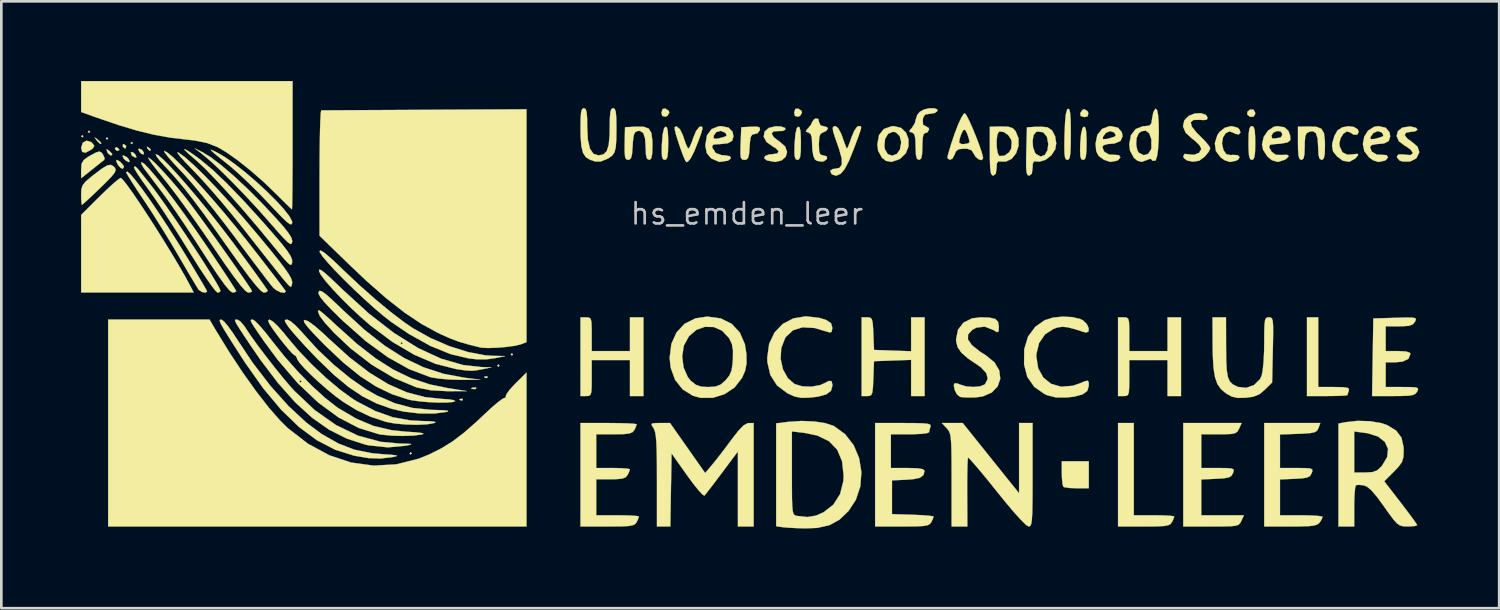
<source format=kicad_pcb>
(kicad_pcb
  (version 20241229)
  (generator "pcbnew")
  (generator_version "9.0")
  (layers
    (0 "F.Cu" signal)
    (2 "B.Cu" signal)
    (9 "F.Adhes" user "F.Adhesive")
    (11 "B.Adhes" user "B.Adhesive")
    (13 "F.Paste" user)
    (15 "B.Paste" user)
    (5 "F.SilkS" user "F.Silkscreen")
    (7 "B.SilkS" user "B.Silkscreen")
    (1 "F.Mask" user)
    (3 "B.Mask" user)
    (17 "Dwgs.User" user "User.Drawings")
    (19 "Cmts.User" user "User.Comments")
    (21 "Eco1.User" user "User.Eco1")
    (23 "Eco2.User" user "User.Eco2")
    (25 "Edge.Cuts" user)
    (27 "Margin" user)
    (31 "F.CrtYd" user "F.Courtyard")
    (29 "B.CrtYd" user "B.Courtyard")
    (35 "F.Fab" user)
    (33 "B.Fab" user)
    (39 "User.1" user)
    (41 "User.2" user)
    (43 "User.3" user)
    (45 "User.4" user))
  (footprint "hs_emden_leer"
    (layer "F.Cu")
    (at 25.066 7.794)
    (property "Reference" "hs_emden_leer" (at 0 -2.8 0) (layer "Dwgs.User") (effects (font (size 0.8 0.8) (thickness 0.1))))
    (attr through_hole)
    (fp_poly (pts (xy -24.977 -5.715) (xy -25.019 -5.673) (xy -25.061 -5.715) (xy -25.019 -5.757) (xy -24.977 -5.715)) (stroke (width 0.01) (type solid)) (fill yes) (layer "F.SilkS"))
    (fp_poly (pts (xy -24.723 -5.884) (xy -24.765 -5.842) (xy -24.807 -5.884) (xy -24.765 -5.927) (xy -24.723 -5.884)) (stroke (width 0.01) (type solid)) (fill yes) (layer "F.SilkS"))
    (fp_poly (pts (xy -24.045 -5.63) (xy -24.088 -5.588) (xy -24.13 -5.63) (xy -24.088 -5.673) (xy -24.045 -5.63)) (stroke (width 0.01) (type solid)) (fill yes) (layer "F.SilkS"))
    (fp_poly (pts (xy -23.114 -5.461) (xy -23.156 -5.419) (xy -23.199 -5.461) (xy -23.156 -5.503) (xy -23.114 -5.461)) (stroke (width 0.01) (type solid)) (fill yes) (layer "F.SilkS"))
    (fp_poly (pts (xy -12.615 6.223) (xy -12.658 6.265) (xy -12.7 6.223) (xy -12.658 6.181) (xy -12.615 6.223)) (stroke (width 0.01) (type solid)) (fill yes) (layer "F.SilkS"))
    (fp_poly (pts (xy -9.313 2.921) (xy -9.356 2.963) (xy -9.398 2.921) (xy -9.356 2.879) (xy -9.313 2.921)) (stroke (width 0.01) (type solid)) (fill yes) (layer "F.SilkS"))
    (fp_poly (pts (xy -8.805 2.498) (xy -8.848 2.54) (xy -8.89 2.498) (xy -8.848 2.455) (xy -8.805 2.498)) (stroke (width 0.01) (type solid)) (fill yes) (layer "F.SilkS"))
    (fp_poly (pts (xy -10.696 4.177) (xy -10.708 4.227) (xy -10.753 4.233) (xy -10.822 4.202) (xy -10.809 4.177) (xy -10.709 4.167) (xy -10.696 4.177)) (stroke (width 0.01) (type solid)) (fill yes) (layer "F.SilkS"))
    (fp_poly (pts (xy -10.183 3.759) (xy -10.208 3.797) (xy -10.294 3.803) (xy -10.384 3.783) (xy -10.345 3.752) (xy -10.213 3.742) (xy -10.183 3.759)) (stroke (width 0.01) (type solid)) (fill yes) (layer "F.SilkS"))
    (fp_poly (pts (xy -9.765 3.33) (xy -9.777 3.381) (xy -9.821 3.387) (xy -9.891 3.356) (xy -9.878 3.33) (xy -9.777 3.32) (xy -9.765 3.33)) (stroke (width 0.01) (type solid)) (fill yes) (layer "F.SilkS"))
    (fp_poly (pts (xy -23.031 -5.04) (xy -22.976 -4.933) (xy -23.014 -4.911) (xy -23.138 -4.973) (xy -23.16 -5.001) (xy -23.192 -5.111) (xy -23.126 -5.12) (xy -23.031 -5.04)) (stroke (width 0.01) (type solid)) (fill yes) (layer "F.SilkS"))
    (fp_poly (pts (xy -22.764 -5.196) (xy -22.699 -5.091) (xy -22.712 -5.03) (xy -22.789 -5.053) (xy -22.858 -5.12) (xy -22.913 -5.227) (xy -22.875 -5.249) (xy -22.764 -5.196)) (stroke (width 0.01) (type solid)) (fill yes) (layer "F.SilkS"))
    (fp_poly (pts (xy -22.534 -5.3) (xy -22.444 -5.221) (xy -22.437 -5.202) (xy -22.477 -5.167) (xy -22.561 -5.245) (xy -22.572 -5.262) (xy -22.582 -5.32) (xy -22.534 -5.3)) (stroke (width 0.01) (type solid)) (fill yes) (layer "F.SilkS"))
    (fp_poly (pts (xy -24.509 -5.646) (xy -24.448 -5.599) (xy -24.33 -5.494) (xy -24.299 -5.451) (xy -24.341 -5.425) (xy -24.453 -5.534) (xy -24.479 -5.567) (xy -24.553 -5.667) (xy -24.509 -5.646)) (stroke (width 0.01) (type solid)) (fill yes) (layer "F.SilkS"))
    (fp_poly (pts (xy -24.03 -5.187) (xy -24.005 -5.166) (xy -23.888 -5.047) (xy -23.915 -4.998) (xy -23.952 -4.995) (xy -24.043 -5.063) (xy -24.081 -5.134) (xy -24.102 -5.226) (xy -24.03 -5.187)) (stroke (width 0.01) (type solid)) (fill yes) (layer "F.SilkS"))
    (fp_poly (pts (xy -23.707 -5.292) (xy -23.626 -5.216) (xy -23.622 -5.202) (xy -23.688 -5.166) (xy -23.707 -5.165) (xy -23.788 -5.23) (xy -23.791 -5.254) (xy -23.739 -5.305) (xy -23.707 -5.292)) (stroke (width 0.01) (type solid)) (fill yes) (layer "F.SilkS"))
    (fp_poly (pts (xy -23.602 -4.765) (xy -23.485 -4.638) (xy -23.453 -4.555) (xy -23.495 -4.487) (xy -23.594 -4.54) (xy -23.687 -4.657) (xy -23.743 -4.785) (xy -23.724 -4.826) (xy -23.602 -4.765)) (stroke (width 0.01) (type solid)) (fill yes) (layer "F.SilkS"))
    (fp_poly (pts (xy -23.371 -5.357) (xy -23.368 -5.334) (xy -23.397 -5.252) (xy -23.405 -5.249) (xy -23.478 -5.309) (xy -23.495 -5.334) (xy -23.488 -5.412) (xy -23.458 -5.419) (xy -23.371 -5.357)) (stroke (width 0.01) (type solid)) (fill yes) (layer "F.SilkS"))
    (fp_poly (pts (xy -23.354 -4.937) (xy -23.283 -4.868) (xy -23.233 -4.766) (xy -23.263 -4.741) (xy -23.382 -4.8) (xy -23.453 -4.868) (xy -23.503 -4.971) (xy -23.473 -4.995) (xy -23.354 -4.937)) (stroke (width 0.01) (type solid)) (fill yes) (layer "F.SilkS"))
    (fp_poly (pts (xy -2.943 -6.674) (xy -2.921 -6.604) (xy -2.991 -6.484) (xy -3.069 -6.451) (xy -3.189 -6.48) (xy -3.217 -6.604) (xy -3.174 -6.743) (xy -3.069 -6.757) (xy -2.943 -6.674)) (stroke (width 0.01) (type solid)) (fill yes) (layer "F.SilkS"))
    (fp_poly (pts (xy 2.052 -6.674) (xy 2.074 -6.604) (xy 2.004 -6.484) (xy 1.926 -6.451) (xy 1.806 -6.48) (xy 1.778 -6.604) (xy 1.821 -6.743) (xy 1.926 -6.757) (xy 2.052 -6.674)) (stroke (width 0.01) (type solid)) (fill yes) (layer "F.SilkS"))
    (fp_poly (pts (xy 12.82 -6.661) (xy 12.853 -6.583) (xy 12.824 -6.463) (xy 12.7 -6.435) (xy 12.561 -6.478) (xy 12.547 -6.583) (xy 12.63 -6.709) (xy 12.7 -6.731) (xy 12.82 -6.661)) (stroke (width 0.01) (type solid)) (fill yes) (layer "F.SilkS"))
    (fp_poly (pts (xy 19.067 -6.72) (xy 19.129 -6.609) (xy 19.135 -6.557) (xy 19.074 -6.455) (xy 18.946 -6.444) (xy 18.832 -6.529) (xy 18.84 -6.638) (xy 18.941 -6.722) (xy 19.064 -6.722) (xy 19.067 -6.72)) (stroke (width 0.01) (type solid)) (fill yes) (layer "F.SilkS"))
    (fp_poly (pts (xy -24.68 -5.493) (xy -24.648 -5.465) (xy -24.567 -5.356) (xy -24.618 -5.264) (xy -24.684 -5.211) (xy -24.893 -5.096) (xy -25.021 -5.125) (xy -25.061 -5.283) (xy -25 -5.472) (xy -24.854 -5.55) (xy -24.68 -5.493)) (stroke (width 0.01) (type solid)) (fill yes) (layer "F.SilkS"))
    (fp_poly (pts (xy 12.869 7.535) (xy 12.418 7.535) (xy 12.154 7.526) (xy 11.965 7.5) (xy 11.91 7.479) (xy 11.878 7.369) (xy 11.858 7.147) (xy 11.853 6.971) (xy 11.853 6.519) (xy 12.869 6.519) (xy 12.869 7.535)) (stroke (width 0.01) (type solid)) (fill yes) (layer "F.SilkS"))
    (fp_poly (pts (xy -24.295 -5.099) (xy -24.244 -5.034) (xy -24.179 -4.893) (xy -24.193 -4.826) (xy -24.29 -4.75) (xy -24.475 -4.603) (xy -24.659 -4.456) (xy -25.061 -4.137) (xy -25.061 -4.466) (xy -25.045 -4.677) (xy -24.97 -4.816) (xy -24.795 -4.943) (xy -24.71 -4.992) (xy -24.495 -5.107) (xy -24.374 -5.141) (xy -24.295 -5.099)) (stroke (width 0.01) (type solid)) (fill yes) (layer "F.SilkS"))
    (fp_poly (pts (xy -3.012 -6.046) (xy -2.978 -5.899) (xy -2.964 -5.612) (xy -2.963 -5.468) (xy -2.97 -5.133) (xy -2.992 -4.935) (xy -3.038 -4.844) (xy -3.094 -4.826) (xy -3.162 -4.854) (xy -3.198 -4.96) (xy -3.207 -5.176) (xy -3.2 -5.433) (xy -3.17 -5.798) (xy -3.118 -6.016) (xy -3.069 -6.075) (xy -3.012 -6.046)) (stroke (width 0.01) (type solid)) (fill yes) (layer "F.SilkS"))
    (fp_poly (pts (xy 1.983 -6.046) (xy 2.017 -5.899) (xy 2.031 -5.612) (xy 2.032 -5.468) (xy 2.026 -5.133) (xy 2.003 -4.935) (xy 1.957 -4.844) (xy 1.901 -4.826) (xy 1.833 -4.854) (xy 1.797 -4.96) (xy 1.788 -5.176) (xy 1.795 -5.433) (xy 1.825 -5.798) (xy 1.877 -6.016) (xy 1.926 -6.075) (xy 1.983 -6.046)) (stroke (width 0.01) (type solid)) (fill yes) (layer "F.SilkS"))
    (fp_poly (pts (xy 12.736 -6.046) (xy 12.77 -5.899) (xy 12.784 -5.612) (xy 12.785 -5.468) (xy 12.778 -5.133) (xy 12.756 -4.935) (xy 12.71 -4.844) (xy 12.654 -4.826) (xy 12.586 -4.854) (xy 12.55 -4.96) (xy 12.541 -5.176) (xy 12.548 -5.433) (xy 12.578 -5.798) (xy 12.63 -6.016) (xy 12.679 -6.075) (xy 12.736 -6.046)) (stroke (width 0.01) (type solid)) (fill yes) (layer "F.SilkS"))
    (fp_poly (pts (xy 21.505 3.725) (xy 22.107 3.725) (xy 22.421 3.73) (xy 22.596 3.751) (xy 22.664 3.793) (xy 22.657 3.859) (xy 22.613 3.994) (xy 22.606 4.029) (xy 22.528 4.044) (xy 22.318 4.056) (xy 22.014 4.063) (xy 21.844 4.064) (xy 21.082 4.064) (xy 21.082 1.101) (xy 21.505 1.101) (xy 21.505 3.725)) (stroke (width 0.01) (type solid)) (fill yes) (layer "F.SilkS"))
    (fp_poly (pts (xy 19.075 -6.063) (xy 19.114 -5.943) (xy 19.132 -5.705) (xy 19.135 -5.461) (xy 19.128 -5.126) (xy 19.104 -4.929) (xy 19.056 -4.841) (xy 19.008 -4.826) (xy 18.941 -4.859) (xy 18.901 -4.979) (xy 18.884 -5.217) (xy 18.881 -5.461) (xy 18.887 -5.796) (xy 18.911 -5.993) (xy 18.959 -6.081) (xy 19.008 -6.096) (xy 19.075 -6.063)) (stroke (width 0.01) (type solid)) (fill yes) (layer "F.SilkS"))
    (fp_poly (pts (xy 14.563 8.551) (xy 15.325 8.551) (xy 15.66 8.556) (xy 15.92 8.569) (xy 16.067 8.589) (xy 16.087 8.599) (xy 16.051 8.704) (xy 15.999 8.811) (xy 15.945 8.882) (xy 15.854 8.929) (xy 15.695 8.957) (xy 15.435 8.971) (xy 15.044 8.975) (xy 14.941 8.975) (xy 13.97 8.975) (xy 13.97 5.08) (xy 14.563 5.08) (xy 14.563 8.551)) (stroke (width 0.01) (type solid)) (fill yes) (layer "F.SilkS"))
    (fp_poly (pts (xy -23.492 -4.079) (xy -23.339 -3.886) (xy -23.126 -3.59) (xy -22.869 -3.213) (xy -22.58 -2.775) (xy -22.273 -2.299) (xy -21.963 -1.805) (xy -21.662 -1.316) (xy -21.385 -0.852) (xy -21.145 -0.435) (xy -20.96 -0.093) (xy -20.824 0.169) (xy -25.061 0.169) (xy -25.061 -2.755) (xy -24.361 -3.452) (xy -24.078 -3.726) (xy -23.834 -3.95) (xy -23.656 -4.098) (xy -23.572 -4.149) (xy -23.492 -4.079)) (stroke (width 0.01) (type solid)) (fill yes) (layer "F.SilkS"))
    (fp_poly (pts (xy 12.134 -6.727) (xy 12.166 -6.599) (xy 12.184 -6.349) (xy 12.192 -5.956) (xy 12.192 -5.807) (xy 12.189 -5.379) (xy 12.177 -5.093) (xy 12.153 -4.924) (xy 12.113 -4.844) (xy 12.062 -4.826) (xy 12.005 -4.849) (xy 11.97 -4.935) (xy 11.952 -5.113) (xy 11.949 -5.409) (xy 11.956 -5.772) (xy 11.976 -6.238) (xy 12.006 -6.548) (xy 12.051 -6.715) (xy 12.086 -6.752) (xy 12.134 -6.727)) (stroke (width 0.01) (type solid)) (fill yes) (layer "F.SilkS"))
    (fp_poly (pts (xy 0.483 -6.04) (xy 0.492 -5.95) (xy 0.492 -5.947) (xy 0.396 -5.826) (xy 0.295 -5.8) (xy 0.198 -5.777) (xy 0.142 -5.685) (xy 0.112 -5.483) (xy 0.102 -5.313) (xy 0.079 -5.035) (xy 0.04 -4.888) (xy -0.033 -4.832) (xy -0.093 -4.826) (xy -0.179 -4.84) (xy -0.227 -4.906) (xy -0.245 -5.059) (xy -0.241 -5.335) (xy -0.237 -5.44) (xy -0.212 -6.054) (xy 0.154 -6.074) (xy 0.383 -6.077) (xy 0.483 -6.04)) (stroke (width 0.01) (type solid)) (fill yes) (layer "F.SilkS"))
    (fp_poly (pts (xy -23.846 -4.588) (xy -23.791 -4.529) (xy -23.761 -4.455) (xy -23.795 -4.355) (xy -23.911 -4.204) (xy -24.126 -3.981) (xy -24.345 -3.767) (xy -24.615 -3.51) (xy -24.837 -3.302) (xy -24.985 -3.169) (xy -25.033 -3.133) (xy -25.05 -3.208) (xy -25.06 -3.4) (xy -25.061 -3.512) (xy -25.053 -3.716) (xy -25.008 -3.865) (xy -24.898 -4.005) (xy -24.692 -4.181) (xy -24.575 -4.274) (xy -24.282 -4.495) (xy -24.085 -4.614) (xy -23.95 -4.641) (xy -23.846 -4.588)) (stroke (width 0.01) (type solid)) (fill yes) (layer "F.SilkS"))
    (fp_poly (pts (xy -5.946 1.109) (xy -5.883 1.156) (xy -5.852 1.279) (xy -5.843 1.513) (xy -5.842 1.736) (xy -5.842 2.371) (xy -4.403 2.371) (xy -4.403 1.101) (xy -3.895 1.101) (xy -3.895 4.064) (xy -4.403 4.064) (xy -4.403 2.709) (xy -5.842 2.709) (xy -5.842 3.387) (xy -5.844 3.723) (xy -5.858 3.924) (xy -5.895 4.025) (xy -5.964 4.06) (xy -6.054 4.064) (xy -6.265 4.064) (xy -6.265 1.101) (xy -6.054 1.101) (xy -5.946 1.109)) (stroke (width 0.01) (type solid)) (fill yes) (layer "F.SilkS"))
    (fp_poly (pts (xy 14.289 1.109) (xy 14.352 1.156) (xy 14.383 1.279) (xy 14.393 1.513) (xy 14.393 1.736) (xy 14.393 2.371) (xy 15.833 2.371) (xy 15.833 1.101) (xy 16.341 1.101) (xy 16.341 4.064) (xy 15.833 4.064) (xy 15.833 2.709) (xy 14.393 2.709) (xy 14.393 3.387) (xy 14.391 3.723) (xy 14.377 3.924) (xy 14.341 4.025) (xy 14.271 4.06) (xy 14.182 4.064) (xy 13.97 4.064) (xy 13.97 1.101) (xy 14.182 1.101) (xy 14.289 1.109)) (stroke (width 0.01) (type solid)) (fill yes) (layer "F.SilkS"))
    (fp_poly (pts (xy -16.055 0.87) (xy -15.89 1.006) (xy -15.656 1.215) (xy -15.445 1.412) (xy -14.683 2.097) (xy -13.976 2.647) (xy -13.3 3.076) (xy -12.63 3.397) (xy -11.941 3.625) (xy -11.262 3.766) (xy -10.541 3.878) (xy -11.261 3.882) (xy -11.896 3.848) (xy -12.417 3.744) (xy -12.446 3.735) (xy -13.278 3.388) (xy -14.115 2.891) (xy -14.931 2.26) (xy -15.546 1.678) (xy -15.876 1.318) (xy -16.075 1.057) (xy -16.145 0.889) (xy -16.126 0.83) (xy -16.055 0.87)) (stroke (width 0.01) (type solid)) (fill yes) (layer "F.SilkS"))
    (fp_poly (pts (xy 4.634 1.11) (xy 4.698 1.164) (xy 4.733 1.298) (xy 4.752 1.547) (xy 4.759 1.714) (xy 4.784 2.328) (xy 5.482 2.353) (xy 6.181 2.378) (xy 6.181 1.101) (xy 6.689 1.101) (xy 6.689 4.064) (xy 6.181 4.064) (xy 6.181 2.702) (xy 5.482 2.727) (xy 4.784 2.752) (xy 4.759 3.408) (xy 4.744 3.737) (xy 4.72 3.933) (xy 4.677 4.029) (xy 4.6 4.061) (xy 4.526 4.064) (xy 4.318 4.064) (xy 4.318 1.101) (xy 4.526 1.101) (xy 4.634 1.11)) (stroke (width 0.01) (type solid)) (fill yes) (layer "F.SilkS"))
    (fp_poly (pts (xy -20.517 -5.128) (xy -20.195 -4.933) (xy -19.788 -4.625) (xy -19.317 -4.222) (xy -18.803 -3.743) (xy -18.267 -3.205) (xy -18.049 -2.975) (xy -17.68 -2.576) (xy -17.417 -2.277) (xy -17.246 -2.057) (xy -17.15 -1.899) (xy -17.117 -1.781) (xy -17.118 -1.738) (xy -17.139 -1.669) (xy -17.188 -1.659) (xy -17.281 -1.723) (xy -17.434 -1.874) (xy -17.663 -2.126) (xy -17.984 -2.493) (xy -18.006 -2.519) (xy -18.442 -3.009) (xy -18.903 -3.505) (xy -19.363 -3.981) (xy -19.797 -4.411) (xy -20.178 -4.769) (xy -20.482 -5.028) (xy -20.532 -5.067) (xy -20.786 -5.258) (xy -20.517 -5.128)) (stroke (width 0.01) (type solid)) (fill yes) (layer "F.SilkS"))
    (fp_poly (pts (xy -20.103 -5.178) (xy -19.948 -5.103) (xy -19.926 -5.092) (xy -19.619 -4.911) (xy -19.26 -4.655) (xy -18.87 -4.347) (xy -18.471 -4.005) (xy -18.087 -3.651) (xy -17.738 -3.305) (xy -17.447 -2.989) (xy -17.235 -2.722) (xy -17.126 -2.526) (xy -17.116 -2.459) (xy -17.142 -2.401) (xy -17.205 -2.408) (xy -17.321 -2.492) (xy -17.506 -2.668) (xy -17.776 -2.949) (xy -18.003 -3.191) (xy -18.37 -3.574) (xy -18.762 -3.96) (xy -19.134 -4.31) (xy -19.444 -4.581) (xy -19.485 -4.614) (xy -19.83 -4.891) (xy -20.054 -5.075) (xy -20.167 -5.176) (xy -20.18 -5.207) (xy -20.103 -5.178)) (stroke (width 0.01) (type solid)) (fill yes) (layer "F.SilkS"))
    (fp_poly (pts (xy 18.459 -6.042) (xy 18.536 -5.977) (xy 18.579 -5.85) (xy 18.508 -5.782) (xy 18.374 -5.81) (xy 18.337 -5.836) (xy 18.169 -5.9) (xy 18.022 -5.831) (xy 17.92 -5.667) (xy 17.883 -5.444) (xy 17.937 -5.201) (xy 17.941 -5.191) (xy 18.047 -5.039) (xy 18.209 -5.005) (xy 18.29 -5.014) (xy 18.475 -5.003) (xy 18.548 -4.929) (xy 18.488 -4.834) (xy 18.408 -4.793) (xy 18.188 -4.746) (xy 17.986 -4.811) (xy 17.834 -4.917) (xy 17.655 -5.154) (xy 17.613 -5.45) (xy 17.709 -5.758) (xy 17.786 -5.873) (xy 17.994 -6.038) (xy 18.239 -6.098) (xy 18.459 -6.042)) (stroke (width 0.01) (type solid)) (fill yes) (layer "F.SilkS"))
    (fp_poly (pts (xy -21.058 -5.176) (xy -20.826 -5.019) (xy -20.564 -4.827) (xy -20.123 -4.46) (xy -19.591 -3.955) (xy -18.971 -3.314) (xy -18.266 -2.539) (xy -17.838 -2.051) (xy -17.52 -1.679) (xy -17.306 -1.405) (xy -17.178 -1.207) (xy -17.122 -1.061) (xy -17.118 -0.97) (xy -17.138 -0.89) (xy -17.184 -0.874) (xy -17.272 -0.938) (xy -17.421 -1.096) (xy -17.646 -1.364) (xy -17.822 -1.578) (xy -18.41 -2.289) (xy -18.974 -2.95) (xy -19.499 -3.546) (xy -19.971 -4.059) (xy -20.373 -4.475) (xy -20.692 -4.775) (xy -20.749 -4.824) (xy -21.021 -5.059) (xy -21.16 -5.195) (xy -21.17 -5.235) (xy -21.058 -5.176)) (stroke (width 0.01) (type solid)) (fill yes) (layer "F.SilkS"))
    (fp_poly (pts (xy -17.103 -5.376) (xy -17.103 -4.757) (xy -17.106 -4.196) (xy -17.109 -3.716) (xy -17.114 -3.336) (xy -17.119 -3.08) (xy -17.125 -2.967) (xy -17.126 -2.963) (xy -17.192 -3.02) (xy -17.348 -3.17) (xy -17.567 -3.389) (xy -17.698 -3.52) (xy -18.173 -3.978) (xy -18.673 -4.416) (xy -19.162 -4.806) (xy -19.606 -5.119) (xy -19.922 -5.305) (xy -20.31 -5.457) (xy -20.781 -5.555) (xy -21.078 -5.589) (xy -21.699 -5.662) (xy -22.308 -5.77) (xy -22.945 -5.925) (xy -23.648 -6.135) (xy -24.458 -6.411) (xy -24.575 -6.452) (xy -25.061 -6.627) (xy -25.061 -7.789) (xy -17.103 -7.789) (xy -17.103 -5.376)) (stroke (width 0.01) (type solid)) (fill yes) (layer "F.SilkS"))
    (fp_poly (pts (xy -15.995 0.128) (xy -15.848 0.234) (xy -15.623 0.432) (xy -15.302 0.737) (xy -15.209 0.827) (xy -14.4 1.568) (xy -13.638 2.167) (xy -12.903 2.634) (xy -12.172 2.983) (xy -11.424 3.226) (xy -10.638 3.373) (xy -10.626 3.375) (xy -10.033 3.45) (xy -10.795 3.453) (xy -11.193 3.442) (xy -11.576 3.409) (xy -11.876 3.362) (xy -11.938 3.346) (xy -12.716 3.05) (xy -13.515 2.604) (xy -14.342 2.001) (xy -15.204 1.239) (xy -15.298 1.149) (xy -15.663 0.787) (xy -15.914 0.52) (xy -16.064 0.331) (xy -16.126 0.204) (xy -16.123 0.143) (xy -16.081 0.102) (xy -15.995 0.128)) (stroke (width 0.01) (type solid)) (fill yes) (layer "F.SilkS"))
    (fp_poly (pts (xy 22.85 -6.065) (xy 22.996 -5.972) (xy 23.029 -5.875) (xy 22.971 -5.773) (xy 22.836 -5.776) (xy 22.702 -5.863) (xy 22.578 -5.896) (xy 22.448 -5.807) (xy 22.345 -5.642) (xy 22.3 -5.442) (xy 22.311 -5.34) (xy 22.417 -5.11) (xy 22.599 -5.021) (xy 22.797 -5.033) (xy 22.981 -5.055) (xy 23.013 -5.011) (xy 22.906 -4.884) (xy 22.896 -4.874) (xy 22.676 -4.753) (xy 22.431 -4.795) (xy 22.211 -4.959) (xy 22.062 -5.149) (xy 22.027 -5.35) (xy 22.042 -5.478) (xy 22.116 -5.73) (xy 22.228 -5.929) (xy 22.235 -5.937) (xy 22.414 -6.052) (xy 22.638 -6.093) (xy 22.85 -6.065)) (stroke (width 0.01) (type solid)) (fill yes) (layer "F.SilkS"))
    (fp_poly (pts (xy -3.885 -6.073) (xy -3.696 -6.004) (xy -3.596 -5.838) (xy -3.559 -5.547) (xy -3.556 -5.366) (xy -3.565 -5.061) (xy -3.596 -4.892) (xy -3.657 -4.829) (xy -3.683 -4.826) (xy -3.761 -4.87) (xy -3.801 -5.022) (xy -3.811 -5.271) (xy -3.833 -5.627) (xy -3.901 -5.837) (xy -4.024 -5.917) (xy -4.116 -5.913) (xy -4.207 -5.868) (xy -4.261 -5.749) (xy -4.291 -5.519) (xy -4.301 -5.354) (xy -4.323 -5.057) (xy -4.362 -4.895) (xy -4.429 -4.831) (xy -4.47 -4.826) (xy -4.545 -4.848) (xy -4.587 -4.939) (xy -4.603 -5.131) (xy -4.602 -5.44) (xy -4.589 -6.054) (xy -4.188 -6.076) (xy -3.885 -6.073)) (stroke (width 0.01) (type solid)) (fill yes) (layer "F.SilkS"))
    (fp_poly (pts (xy -2.64 -6.08) (xy -2.522 -5.981) (xy -2.409 -5.747) (xy -2.377 -5.651) (xy -2.297 -5.42) (xy -2.228 -5.275) (xy -2.201 -5.249) (xy -2.147 -5.323) (xy -2.069 -5.51) (xy -2.022 -5.651) (xy -1.912 -5.916) (xy -1.793 -6.063) (xy -1.754 -6.08) (xy -1.688 -6.076) (xy -1.674 -6.007) (xy -1.716 -5.844) (xy -1.819 -5.557) (xy -1.829 -5.53) (xy -1.989 -5.132) (xy -2.118 -4.881) (xy -2.223 -4.759) (xy -2.278 -4.741) (xy -2.328 -4.816) (xy -2.413 -5.015) (xy -2.517 -5.302) (xy -2.558 -5.424) (xy -2.664 -5.756) (xy -2.715 -5.957) (xy -2.717 -6.056) (xy -2.671 -6.083) (xy -2.64 -6.08)) (stroke (width 0.01) (type solid)) (fill yes) (layer "F.SilkS"))
    (fp_poly (pts (xy 1.283 -6.082) (xy 1.435 -6.03) (xy 1.447 -5.962) (xy 1.338 -5.913) (xy 1.182 -5.911) (xy 0.988 -5.896) (xy 0.933 -5.809) (xy 1.013 -5.675) (xy 1.226 -5.515) (xy 1.228 -5.515) (xy 1.442 -5.326) (xy 1.512 -5.125) (xy 1.461 -4.941) (xy 1.307 -4.806) (xy 1.072 -4.748) (xy 0.776 -4.799) (xy 0.744 -4.811) (xy 0.647 -4.891) (xy 0.69 -4.974) (xy 0.844 -5.03) (xy 0.953 -5.038) (xy 1.15 -5.071) (xy 1.192 -5.157) (xy 1.076 -5.272) (xy 0.993 -5.317) (xy 0.738 -5.498) (xy 0.632 -5.698) (xy 0.663 -5.885) (xy 0.818 -6.027) (xy 1.085 -6.092) (xy 1.283 -6.082)) (stroke (width 0.01) (type solid)) (fill yes) (layer "F.SilkS"))
    (fp_poly (pts (xy 21.44 -6.07) (xy 21.625 -5.997) (xy 21.722 -5.832) (xy 21.757 -5.545) (xy 21.759 -5.366) (xy 21.751 -5.061) (xy 21.719 -4.892) (xy 21.658 -4.829) (xy 21.632 -4.826) (xy 21.554 -4.87) (xy 21.514 -5.022) (xy 21.504 -5.271) (xy 21.484 -5.624) (xy 21.42 -5.83) (xy 21.303 -5.905) (xy 21.177 -5.888) (xy 21.075 -5.834) (xy 21.021 -5.726) (xy 21 -5.519) (xy 20.997 -5.328) (xy 20.987 -5.035) (xy 20.952 -4.879) (xy 20.884 -4.827) (xy 20.87 -4.826) (xy 20.803 -4.86) (xy 20.763 -4.981) (xy 20.746 -5.221) (xy 20.743 -5.45) (xy 20.743 -6.075) (xy 21.14 -6.082) (xy 21.44 -6.07)) (stroke (width 0.01) (type solid)) (fill yes) (layer "F.SilkS"))
    (fp_poly (pts (xy 5.807 -6.028) (xy 5.989 -5.851) (xy 6.083 -5.606) (xy 6.082 -5.334) (xy 5.982 -5.077) (xy 5.777 -4.876) (xy 5.702 -4.835) (xy 5.436 -4.75) (xy 5.234 -4.789) (xy 5.08 -4.911) (xy 4.938 -5.172) (xy 4.918 -5.352) (xy 5.174 -5.352) (xy 5.196 -5.219) (xy 5.305 -5.039) (xy 5.474 -4.984) (xy 5.648 -5.053) (xy 5.762 -5.22) (xy 5.809 -5.49) (xy 5.752 -5.719) (xy 5.609 -5.861) (xy 5.498 -5.884) (xy 5.316 -5.81) (xy 5.201 -5.618) (xy 5.174 -5.352) (xy 4.918 -5.352) (xy 4.911 -5.419) (xy 4.973 -5.761) (xy 5.156 -5.989) (xy 5.447 -6.091) (xy 5.541 -6.096) (xy 5.807 -6.028)) (stroke (width 0.01) (type solid)) (fill yes) (layer "F.SilkS"))
    (fp_poly (pts (xy 18.527 5.292) (xy 18.467 5.398) (xy 18.38 5.461) (xy 18.227 5.492) (xy 17.967 5.503) (xy 17.766 5.503) (xy 17.103 5.503) (xy 17.103 6.773) (xy 17.735 6.773) (xy 18.056 6.776) (xy 18.239 6.79) (xy 18.317 6.826) (xy 18.32 6.896) (xy 18.297 6.964) (xy 18.239 7.068) (xy 18.132 7.13) (xy 17.935 7.163) (xy 17.665 7.179) (xy 17.103 7.204) (xy 17.103 8.551) (xy 18.708 8.551) (xy 18.611 8.763) (xy 18.565 8.851) (xy 18.503 8.911) (xy 18.393 8.947) (xy 18.205 8.966) (xy 17.909 8.973) (xy 17.474 8.975) (xy 16.425 8.975) (xy 16.425 5.08) (xy 18.623 5.08) (xy 18.527 5.292)) (stroke (width 0.01) (type solid)) (fill yes) (layer "F.SilkS"))
    (fp_poly (pts (xy -16.515 1.247) (xy -16.281 1.416) (xy -15.957 1.698) (xy -15.755 1.889) (xy -14.959 2.61) (xy -14.214 3.182) (xy -13.504 3.617) (xy -12.813 3.921) (xy -12.125 4.103) (xy -11.503 4.17) (xy -11.226 4.189) (xy -11.038 4.219) (xy -10.978 4.254) (xy -10.978 4.255) (xy -11.083 4.291) (xy -11.314 4.309) (xy -11.626 4.31) (xy -11.978 4.294) (xy -12.325 4.264) (xy -12.626 4.221) (xy -12.742 4.196) (xy -13.358 3.995) (xy -13.956 3.708) (xy -14.558 3.317) (xy -15.188 2.809) (xy -15.87 2.167) (xy -15.956 2.08) (xy -16.3 1.726) (xy -16.528 1.473) (xy -16.652 1.31) (xy -16.679 1.222) (xy -16.649 1.2) (xy -16.515 1.247)) (stroke (width 0.01) (type solid)) (fill yes) (layer "F.SilkS"))
    (fp_poly (pts (xy 24.992 -6.081) (xy 25.191 -6.031) (xy 25.243 -5.958) (xy 25.146 -5.898) (xy 25.004 -5.884) (xy 24.807 -5.849) (xy 24.761 -5.756) (xy 24.865 -5.621) (xy 25.015 -5.517) (xy 25.245 -5.323) (xy 25.311 -5.116) (xy 25.211 -4.905) (xy 25.182 -4.874) (xy 24.966 -4.765) (xy 24.69 -4.763) (xy 24.575 -4.797) (xy 24.476 -4.909) (xy 24.469 -4.955) (xy 24.52 -5.028) (xy 24.692 -5.032) (xy 24.765 -5.021) (xy 24.972 -5.006) (xy 25.055 -5.056) (xy 25.061 -5.096) (xy 24.991 -5.208) (xy 24.818 -5.332) (xy 24.765 -5.359) (xy 24.539 -5.53) (xy 24.456 -5.726) (xy 24.506 -5.91) (xy 24.675 -6.042) (xy 24.952 -6.084) (xy 24.992 -6.081)) (stroke (width 0.01) (type solid)) (fill yes) (layer "F.SilkS"))
    (fp_poly (pts (xy -23.205 -4.28) (xy -23.017 -4.059) (xy -22.771 -3.736) (xy -22.478 -3.326) (xy -22.148 -2.842) (xy -21.791 -2.298) (xy -21.417 -1.71) (xy -21.132 -1.249) (xy -20.875 -0.824) (xy -20.652 -0.451) (xy -20.475 -0.152) (xy -20.36 0.048) (xy -20.32 0.127) (xy -20.381 0.171) (xy -20.509 0.148) (xy -20.628 0.073) (xy -20.636 0.064) (xy -20.705 -0.044) (xy -20.842 -0.27) (xy -21.03 -0.587) (xy -21.251 -0.966) (xy -21.378 -1.185) (xy -21.678 -1.693) (xy -22.021 -2.252) (xy -22.366 -2.8) (xy -22.674 -3.27) (xy -22.703 -3.312) (xy -22.943 -3.672) (xy -23.144 -3.981) (xy -23.29 -4.215) (xy -23.363 -4.344) (xy -23.368 -4.36) (xy -23.326 -4.385) (xy -23.205 -4.28)) (stroke (width 0.01) (type solid)) (fill yes) (layer "F.SilkS"))
    (fp_poly (pts (xy -22.169 -5.008) (xy -21.995 -4.861) (xy -21.745 -4.612) (xy -21.434 -4.275) (xy -21.076 -3.868) (xy -20.685 -3.406) (xy -20.274 -2.905) (xy -19.858 -2.38) (xy -19.449 -1.848) (xy -19.365 -1.736) (xy -19.009 -1.257) (xy -18.689 -0.822) (xy -18.419 -0.45) (xy -18.211 -0.159) (xy -18.079 0.033) (xy -18.036 0.106) (xy -18.105 0.159) (xy -18.189 0.169) (xy -18.291 0.105) (xy -18.473 -0.091) (xy -18.736 -0.421) (xy -19.083 -0.888) (xy -19.51 -1.487) (xy -20.02 -2.207) (xy -20.453 -2.806) (xy -20.826 -3.304) (xy -21.153 -3.723) (xy -21.452 -4.082) (xy -21.738 -4.403) (xy -21.915 -4.591) (xy -22.104 -4.801) (xy -22.226 -4.961) (xy -22.254 -5.037) (xy -22.169 -5.008)) (stroke (width 0.01) (type solid)) (fill yes) (layer "F.SilkS"))
    (fp_poly (pts (xy -15.933 -1.351) (xy -15.726 -1.181) (xy -15.419 -0.899) (xy -15.177 -0.665) (xy -14.588 -0.11) (xy -13.992 0.417) (xy -13.422 0.889) (xy -12.909 1.281) (xy -12.574 1.51) (xy -11.909 1.881) (xy -11.203 2.186) (xy -10.501 2.408) (xy -9.849 2.531) (xy -9.569 2.55) (xy -9.102 2.559) (xy -9.44 2.63) (xy -9.801 2.683) (xy -10.159 2.682) (xy -10.456 2.65) (xy -11.155 2.487) (xy -11.914 2.178) (xy -12.722 1.728) (xy -13.377 1.284) (xy -13.678 1.05) (xy -14.028 0.752) (xy -14.406 0.412) (xy -14.791 0.05) (xy -15.161 -0.312) (xy -15.497 -0.654) (xy -15.775 -0.956) (xy -15.976 -1.195) (xy -16.078 -1.352) (xy -16.087 -1.385) (xy -16.05 -1.417) (xy -15.933 -1.351)) (stroke (width 0.01) (type solid)) (fill yes) (layer "F.SilkS"))
    (fp_poly (pts (xy -23.009 -4.565) (xy -22.943 -4.502) (xy -22.828 -4.366) (xy -22.644 -4.136) (xy -22.42 -3.852) (xy -22.209 -3.573) (xy -21.949 -3.211) (xy -21.655 -2.788) (xy -21.34 -2.327) (xy -21.021 -1.849) (xy -20.71 -1.377) (xy -20.424 -0.934) (xy -20.177 -0.541) (xy -19.982 -0.22) (xy -19.856 0.006) (xy -19.812 0.113) (xy -19.88 0.164) (xy -19.93 0.169) (xy -20.006 0.1) (xy -20.156 -0.094) (xy -20.363 -0.391) (xy -20.614 -0.77) (xy -20.893 -1.212) (xy -21.009 -1.399) (xy -21.335 -1.922) (xy -21.675 -2.453) (xy -22.003 -2.954) (xy -22.295 -3.386) (xy -22.528 -3.715) (xy -22.545 -3.738) (xy -22.769 -4.048) (xy -22.943 -4.307) (xy -23.05 -4.487) (xy -23.073 -4.557) (xy -23.046 -4.576) (xy -23.009 -4.565)) (stroke (width 0.01) (type solid)) (fill yes) (layer "F.SilkS"))
    (fp_poly (pts (xy -22.681 -4.674) (xy -22.495 -4.482) (xy -22.24 -4.183) (xy -21.929 -3.793) (xy -21.576 -3.328) (xy -21.191 -2.805) (xy -20.79 -2.241) (xy -20.383 -1.651) (xy -20.315 -1.551) (xy -20.004 -1.087) (xy -19.727 -0.671) (xy -19.497 -0.323) (xy -19.329 -0.062) (xy -19.235 0.09) (xy -19.219 0.121) (xy -19.289 0.161) (xy -19.367 0.168) (xy -19.473 0.092) (xy -19.66 -0.132) (xy -19.927 -0.504) (xy -20.274 -1.026) (xy -20.482 -1.348) (xy -20.811 -1.856) (xy -21.149 -2.368) (xy -21.472 -2.846) (xy -21.756 -3.254) (xy -21.976 -3.557) (xy -21.985 -3.569) (xy -22.23 -3.892) (xy -22.455 -4.189) (xy -22.629 -4.418) (xy -22.697 -4.508) (xy -22.79 -4.661) (xy -22.796 -4.739) (xy -22.785 -4.741) (xy -22.681 -4.674)) (stroke (width 0.01) (type solid)) (fill yes) (layer "F.SilkS"))
    (fp_poly (pts (xy -20 1.575) (xy -19.489 2.408) (xy -18.972 3.189) (xy -18.467 3.897) (xy -17.989 4.51) (xy -17.554 5.005) (xy -17.285 5.27) (xy -16.524 5.859) (xy -15.723 6.293) (xy -14.895 6.568) (xy -14.051 6.683) (xy -13.202 6.635) (xy -12.36 6.424) (xy -11.966 6.265) (xy -11.504 6.034) (xy -11.075 5.768) (xy -10.642 5.438) (xy -10.163 5.017) (xy -9.898 4.766) (xy -9.611 4.5) (xy -9.365 4.291) (xy -9.187 4.16) (xy -9.102 4.128) (xy -9.101 4.128) (xy -9.068 4.134) (xy -9.084 4.099) (xy -9.054 3.999) (xy -8.927 3.822) (xy -8.728 3.606) (xy -8.717 3.595) (xy -8.297 3.181) (xy -8.297 8.975) (xy -24.045 8.975) (xy -24.045 1.185) (xy -20.231 1.185) (xy -20 1.575)) (stroke (width 0.01) (type solid)) (fill yes) (layer "F.SilkS"))
    (fp_poly (pts (xy 2.687 -6.367) (xy 2.709 -6.263) (xy 2.771 -6.123) (xy 2.879 -6.096) (xy 3.016 -6.057) (xy 3.048 -6.003) (xy 2.977 -5.91) (xy 2.879 -5.867) (xy 2.774 -5.809) (xy 2.723 -5.679) (xy 2.709 -5.43) (xy 2.709 -5.409) (xy 2.718 -5.159) (xy 2.757 -5.036) (xy 2.844 -4.997) (xy 2.886 -4.995) (xy 3.011 -4.953) (xy 3.015 -4.864) (xy 2.909 -4.78) (xy 2.829 -4.759) (xy 2.64 -4.788) (xy 2.56 -4.84) (xy 2.5 -4.98) (xy 2.462 -5.223) (xy 2.455 -5.387) (xy 2.443 -5.661) (xy 2.398 -5.805) (xy 2.313 -5.857) (xy 2.218 -5.889) (xy 2.247 -5.958) (xy 2.313 -6.026) (xy 2.425 -6.169) (xy 2.455 -6.25) (xy 2.523 -6.348) (xy 2.582 -6.381) (xy 2.687 -6.367)) (stroke (width 0.01) (type solid)) (fill yes) (layer "F.SilkS"))
    (fp_poly (pts (xy 21.514 5.271) (xy 21.464 5.366) (xy 21.374 5.425) (xy 21.208 5.459) (xy 20.926 5.479) (xy 20.755 5.486) (xy 20.066 5.51) (xy 20.066 6.773) (xy 20.698 6.773) (xy 21.019 6.776) (xy 21.203 6.79) (xy 21.28 6.826) (xy 21.283 6.896) (xy 21.26 6.964) (xy 21.202 7.068) (xy 21.096 7.13) (xy 20.898 7.163) (xy 20.628 7.179) (xy 20.066 7.204) (xy 20.066 8.551) (xy 20.87 8.551) (xy 21.216 8.558) (xy 21.486 8.574) (xy 21.645 8.598) (xy 21.672 8.615) (xy 21.624 8.727) (xy 21.557 8.826) (xy 21.485 8.891) (xy 21.364 8.935) (xy 21.165 8.96) (xy 20.856 8.972) (xy 20.459 8.975) (xy 19.473 8.975) (xy 19.473 5.08) (xy 21.585 5.08) (xy 21.514 5.271)) (stroke (width 0.01) (type solid)) (fill yes) (layer "F.SilkS"))
    (fp_poly (pts (xy 25.025 1.111) (xy 25.148 1.129) (xy 25.185 1.17) (xy 25.162 1.239) (xy 25.148 1.267) (xy 25.066 1.366) (xy 24.926 1.419) (xy 24.683 1.438) (xy 24.55 1.439) (xy 24.045 1.439) (xy 24.045 2.371) (xy 24.511 2.371) (xy 24.808 2.386) (xy 24.955 2.435) (xy 24.977 2.481) (xy 24.901 2.662) (xy 24.681 2.768) (xy 24.409 2.794) (xy 24.045 2.794) (xy 24.045 3.725) (xy 24.683 3.725) (xy 25.005 3.728) (xy 25.188 3.742) (xy 25.262 3.776) (xy 25.257 3.841) (xy 25.231 3.895) (xy 25.171 3.974) (xy 25.072 4.024) (xy 24.898 4.052) (xy 24.614 4.062) (xy 24.337 4.064) (xy 23.533 4.064) (xy 23.58 1.143) (xy 24.41 1.119) (xy 24.788 1.109) (xy 25.025 1.111)) (stroke (width 0.01) (type solid)) (fill yes) (layer "F.SilkS"))
    (fp_poly (pts (xy -21.399 -5.101) (xy -21.156 -4.926) (xy -20.825 -4.634) (xy -20.42 -4.239) (xy -19.957 -3.758) (xy -19.45 -3.206) (xy -18.916 -2.599) (xy -18.368 -1.952) (xy -18.343 -1.922) (xy -17.928 -1.419) (xy -17.614 -1.027) (xy -17.387 -0.729) (xy -17.237 -0.51) (xy -17.151 -0.351) (xy -17.118 -0.238) (xy -17.119 -0.191) (xy -17.138 -0.077) (xy -17.179 -0.049) (xy -17.267 -0.122) (xy -17.428 -0.309) (xy -17.491 -0.385) (xy -17.65 -0.582) (xy -17.891 -0.885) (xy -18.191 -1.264) (xy -18.528 -1.693) (xy -18.88 -2.142) (xy -18.926 -2.201) (xy -19.319 -2.692) (xy -19.742 -3.202) (xy -20.163 -3.69) (xy -20.546 -4.118) (xy -20.837 -4.424) (xy -21.122 -4.717) (xy -21.323 -4.94) (xy -21.429 -5.076) (xy -21.428 -5.115) (xy -21.399 -5.101)) (stroke (width 0.01) (type solid)) (fill yes) (layer "F.SilkS"))
    (fp_poly (pts (xy -17.177 1.249) (xy -16.985 1.414) (xy -16.759 1.65) (xy -16.679 1.742) (xy -16.147 2.324) (xy -15.555 2.883) (xy -14.941 3.388) (xy -14.346 3.804) (xy -13.928 4.044) (xy -13.246 4.338) (xy -12.588 4.512) (xy -11.882 4.584) (xy -11.773 4.587) (xy -11.433 4.598) (xy -11.26 4.617) (xy -11.248 4.644) (xy -11.303 4.661) (xy -11.775 4.723) (xy -12.334 4.718) (xy -12.912 4.651) (xy -13.38 4.543) (xy -13.941 4.343) (xy -14.471 4.075) (xy -14.999 3.721) (xy -15.551 3.263) (xy -16.154 2.681) (xy -16.3 2.53) (xy -16.609 2.204) (xy -16.891 1.895) (xy -17.116 1.638) (xy -17.255 1.466) (xy -17.259 1.46) (xy -17.375 1.285) (xy -17.394 1.206) (xy -17.322 1.187) (xy -17.299 1.187) (xy -17.177 1.249)) (stroke (width 0.01) (type solid)) (fill yes) (layer "F.SilkS"))
    (fp_poly (pts (xy 17.265 -6.528) (xy 17.338 -6.43) (xy 17.319 -6.344) (xy 17.193 -6.323) (xy 17.064 -6.333) (xy 16.813 -6.329) (xy 16.707 -6.242) (xy 16.747 -6.079) (xy 16.933 -5.844) (xy 17.051 -5.728) (xy 17.255 -5.523) (xy 17.396 -5.351) (xy 17.441 -5.261) (xy 17.386 -5.135) (xy 17.251 -4.967) (xy 17.234 -4.949) (xy 17.025 -4.794) (xy 16.794 -4.759) (xy 16.573 -4.8) (xy 16.448 -4.893) (xy 16.425 -4.965) (xy 16.477 -5.052) (xy 16.595 -5.038) (xy 16.827 -5.016) (xy 17.015 -5.087) (xy 17.102 -5.226) (xy 17.103 -5.244) (xy 17.036 -5.378) (xy 16.868 -5.544) (xy 16.764 -5.62) (xy 16.515 -5.848) (xy 16.414 -6.088) (xy 16.465 -6.315) (xy 16.632 -6.481) (xy 16.851 -6.57) (xy 17.082 -6.584) (xy 17.265 -6.528)) (stroke (width 0.01) (type solid)) (fill yes) (layer "F.SilkS"))
    (fp_poly (pts (xy -22.435 -4.848) (xy -22.251 -4.677) (xy -22.004 -4.42) (xy -21.715 -4.1) (xy -21.406 -3.74) (xy -21.152 -3.429) (xy -20.983 -3.211) (xy -20.755 -2.904) (xy -20.482 -2.532) (xy -20.182 -2.117) (xy -19.869 -1.681) (xy -19.56 -1.246) (xy -19.271 -0.835) (xy -19.017 -0.47) (xy -18.814 -0.174) (xy -18.679 0.032) (xy -18.627 0.124) (xy -18.627 0.125) (xy -18.697 0.162) (xy -18.779 0.169) (xy -18.878 0.104) (xy -19.054 -0.094) (xy -19.309 -0.428) (xy -19.646 -0.9) (xy -20.067 -1.515) (xy -20.092 -1.552) (xy -20.46 -2.091) (xy -20.843 -2.636) (xy -21.216 -3.155) (xy -21.555 -3.612) (xy -21.836 -3.976) (xy -21.93 -4.092) (xy -22.18 -4.4) (xy -22.376 -4.656) (xy -22.501 -4.833) (xy -22.537 -4.909) (xy -22.534 -4.911) (xy -22.435 -4.848)) (stroke (width 0.01) (type solid)) (fill yes) (layer "F.SilkS"))
    (fp_poly (pts (xy -21.813 -5.101) (xy -21.598 -4.921) (xy -21.308 -4.64) (xy -20.955 -4.274) (xy -20.556 -3.839) (xy -20.124 -3.351) (xy -19.673 -2.826) (xy -19.22 -2.279) (xy -18.777 -1.727) (xy -18.733 -1.67) (xy -18.365 -1.2) (xy -18.035 -0.774) (xy -17.755 -0.41) (xy -17.54 -0.127) (xy -17.402 0.059) (xy -17.357 0.128) (xy -17.417 0.179) (xy -17.561 0.154) (xy -17.729 0.07) (xy -17.837 -0.021) (xy -17.934 -0.141) (xy -18.116 -0.375) (xy -18.366 -0.704) (xy -18.669 -1.105) (xy -19.008 -1.558) (xy -19.266 -1.905) (xy -19.664 -2.43) (xy -20.078 -2.96) (xy -20.484 -3.462) (xy -20.855 -3.906) (xy -21.166 -4.259) (xy -21.281 -4.381) (xy -21.555 -4.672) (xy -21.769 -4.914) (xy -21.904 -5.085) (xy -21.942 -5.162) (xy -21.936 -5.165) (xy -21.813 -5.101)) (stroke (width 0.01) (type solid)) (fill yes) (layer "F.SilkS"))
    (fp_poly (pts (xy -19.688 1.253) (xy -19.532 1.435) (xy -19.345 1.697) (xy -19.251 1.841) (xy -18.601 2.816) (xy -17.93 3.689) (xy -17.252 4.445) (xy -16.582 5.067) (xy -16.01 5.492) (xy -15.384 5.848) (xy -14.781 6.082) (xy -14.136 6.213) (xy -13.758 6.249) (xy -13.412 6.273) (xy -13.22 6.294) (xy -13.166 6.315) (xy -13.235 6.341) (xy -13.335 6.361) (xy -13.79 6.416) (xy -14.246 6.4) (xy -14.779 6.31) (xy -14.793 6.307) (xy -15.501 6.085) (xy -16.188 5.727) (xy -16.862 5.228) (xy -17.531 4.581) (xy -18.202 3.78) (xy -18.883 2.817) (xy -18.989 2.653) (xy -19.305 2.161) (xy -19.539 1.793) (xy -19.7 1.531) (xy -19.797 1.358) (xy -19.841 1.254) (xy -19.842 1.203) (xy -19.808 1.186) (xy -19.785 1.185) (xy -19.688 1.253)) (stroke (width 0.01) (type solid)) (fill yes) (layer "F.SilkS"))
    (fp_poly (pts (xy -19.072 1.252) (xy -18.926 1.421) (xy -18.872 1.503) (xy -18.692 1.775) (xy -18.431 2.137) (xy -18.119 2.55) (xy -17.787 2.976) (xy -17.463 3.377) (xy -17.177 3.714) (xy -17.043 3.863) (xy -16.267 4.595) (xy -15.465 5.159) (xy -14.637 5.557) (xy -13.782 5.788) (xy -13.084 5.852) (xy -12.787 5.858) (xy -12.645 5.869) (xy -12.644 5.888) (xy -12.769 5.919) (xy -12.827 5.932) (xy -13.517 5.996) (xy -14.241 5.919) (xy -14.375 5.889) (xy -15.063 5.666) (xy -15.722 5.335) (xy -16.364 4.884) (xy -17 4.304) (xy -17.642 3.585) (xy -18.302 2.715) (xy -18.684 2.159) (xy -18.942 1.772) (xy -19.117 1.504) (xy -19.222 1.333) (xy -19.267 1.238) (xy -19.264 1.196) (xy -19.225 1.186) (xy -19.189 1.185) (xy -19.072 1.252)) (stroke (width 0.01) (type solid)) (fill yes) (layer "F.SilkS"))
    (fp_poly (pts (xy -8.297 -2.347) (xy -8.297 2.036) (xy -8.514 2.119) (xy -8.731 2.171) (xy -9.049 2.215) (xy -9.406 2.245) (xy -9.74 2.256) (xy -9.987 2.244) (xy -10.033 2.236) (xy -10.492 2.121) (xy -10.848 2.016) (xy -11.166 1.897) (xy -11.51 1.744) (xy -11.642 1.681) (xy -12.25 1.349) (xy -12.889 0.921) (xy -13.575 0.385) (xy -14.323 -0.272) (xy -14.933 -0.849) (xy -16.087 -1.969) (xy -16.087 -4.329) (xy -16.084 -4.941) (xy -16.078 -5.495) (xy -16.069 -5.967) (xy -16.056 -6.338) (xy -16.042 -6.586) (xy -16.025 -6.688) (xy -16.023 -6.69) (xy -15.928 -6.69) (xy -15.681 -6.692) (xy -15.298 -6.694) (xy -14.799 -6.696) (xy -14.198 -6.7) (xy -13.515 -6.703) (xy -12.765 -6.707) (xy -12.129 -6.711) (xy -8.297 -6.731) (xy -8.297 -2.347)) (stroke (width 0.01) (type solid)) (fill yes) (layer "F.SilkS"))
    (fp_poly (pts (xy -16.028 -0.676) (xy -15.881 -0.565) (xy -15.646 -0.353) (xy -15.31 -0.032) (xy -15.208 0.067) (xy -14.228 0.961) (xy -13.286 1.69) (xy -12.381 2.256) (xy -11.513 2.658) (xy -10.681 2.897) (xy -9.998 2.973) (xy -9.61 2.983) (xy -9.948 3.053) (xy -10.18 3.096) (xy -10.367 3.113) (xy -10.573 3.101) (xy -10.863 3.061) (xy -10.964 3.045) (xy -11.725 2.851) (xy -12.524 2.509) (xy -13.262 2.074) (xy -13.039 2.074) (xy -12.996 2.117) (xy -12.954 2.074) (xy -12.996 2.032) (xy -13.039 2.074) (xy -13.262 2.074) (xy -13.343 2.027) (xy -14.162 1.415) (xy -14.172 1.407) (xy -14.541 1.086) (xy -14.917 0.735) (xy -15.277 0.376) (xy -15.6 0.035) (xy -15.861 -0.264) (xy -16.038 -0.499) (xy -16.108 -0.638) (xy -16.099 -0.697) (xy -16.028 -0.676)) (stroke (width 0.01) (type solid)) (fill yes) (layer "F.SilkS"))
    (fp_poly (pts (xy 24.043 -6.037) (xy 24.189 -5.865) (xy 24.215 -5.707) (xy 24.159 -5.536) (xy 23.981 -5.444) (xy 23.7 -5.419) (xy 23.509 -5.383) (xy 23.453 -5.302) (xy 23.526 -5.131) (xy 23.708 -5.025) (xy 23.918 -5.016) (xy 24.083 -5.003) (xy 24.133 -4.918) (xy 24.047 -4.817) (xy 23.996 -4.793) (xy 23.776 -4.746) (xy 23.574 -4.811) (xy 23.422 -4.917) (xy 23.243 -5.146) (xy 23.186 -5.42) (xy 23.233 -5.676) (xy 23.468 -5.676) (xy 23.482 -5.605) (xy 23.616 -5.612) (xy 23.674 -5.625) (xy 23.86 -5.68) (xy 23.955 -5.723) (xy 23.937 -5.804) (xy 23.889 -5.863) (xy 23.744 -5.909) (xy 23.581 -5.837) (xy 23.468 -5.678) (xy 23.468 -5.676) (xy 23.233 -5.676) (xy 23.236 -5.695) (xy 23.382 -5.927) (xy 23.609 -6.07) (xy 23.774 -6.096) (xy 24.043 -6.037)) (stroke (width 0.01) (type solid)) (fill yes) (layer "F.SilkS"))
    (fp_poly (pts (xy 4.296 -6.08) (xy 4.297 -6.018) (xy 4.258 -5.882) (xy 4.174 -5.646) (xy 4.038 -5.281) (xy 4.023 -5.24) (xy 3.84 -4.786) (xy 3.679 -4.48) (xy 3.528 -4.302) (xy 3.374 -4.235) (xy 3.342 -4.233) (xy 3.204 -4.277) (xy 3.189 -4.29) (xy 3.135 -4.412) (xy 3.23 -4.482) (xy 3.292 -4.487) (xy 3.481 -4.524) (xy 3.573 -4.647) (xy 3.569 -4.873) (xy 3.474 -5.222) (xy 3.435 -5.334) (xy 3.311 -5.686) (xy 3.243 -5.91) (xy 3.23 -6.034) (xy 3.266 -6.086) (xy 3.338 -6.096) (xy 3.433 -6.021) (xy 3.542 -5.822) (xy 3.598 -5.673) (xy 3.682 -5.436) (xy 3.746 -5.282) (xy 3.768 -5.249) (xy 3.808 -5.322) (xy 3.88 -5.509) (xy 3.937 -5.673) (xy 4.041 -5.922) (xy 4.147 -6.071) (xy 4.198 -6.096) (xy 4.261 -6.097) (xy 4.296 -6.08)) (stroke (width 0.01) (type solid)) (fill yes) (layer "F.SilkS"))
    (fp_poly (pts (xy 7.163 -6.727) (xy 7.175 -6.668) (xy 7.074 -6.591) (xy 6.893 -6.562) (xy 6.71 -6.534) (xy 6.634 -6.417) (xy 6.62 -6.329) (xy 6.63 -6.149) (xy 6.725 -6.096) (xy 6.841 -6.031) (xy 6.858 -5.969) (xy 6.79 -5.857) (xy 6.731 -5.842) (xy 6.657 -5.803) (xy 6.618 -5.665) (xy 6.604 -5.395) (xy 6.604 -5.334) (xy 6.594 -5.039) (xy 6.56 -4.881) (xy 6.492 -4.827) (xy 6.477 -4.826) (xy 6.403 -4.865) (xy 6.363 -5.005) (xy 6.35 -5.276) (xy 6.35 -5.328) (xy 6.34 -5.621) (xy 6.305 -5.782) (xy 6.233 -5.85) (xy 6.208 -5.857) (xy 6.112 -5.889) (xy 6.142 -5.958) (xy 6.208 -6.026) (xy 6.322 -6.206) (xy 6.35 -6.331) (xy 6.41 -6.513) (xy 6.505 -6.633) (xy 6.662 -6.72) (xy 6.86 -6.767) (xy 7.046 -6.77) (xy 7.163 -6.727)) (stroke (width 0.01) (type solid)) (fill yes) (layer "F.SilkS"))
    (fp_poly (pts (xy 20.231 -6.055) (xy 20.383 -5.917) (xy 20.447 -5.747) (xy 20.461 -5.576) (xy 20.366 -5.493) (xy 20.305 -5.474) (xy 20.062 -5.432) (xy 19.875 -5.42) (xy 19.692 -5.394) (xy 19.655 -5.303) (xy 19.756 -5.127) (xy 19.91 -5.015) (xy 20.137 -5.011) (xy 20.341 -5.016) (xy 20.398 -4.961) (xy 20.299 -4.863) (xy 20.241 -4.829) (xy 19.987 -4.748) (xy 19.761 -4.814) (xy 19.596 -4.949) (xy 19.432 -5.199) (xy 19.389 -5.403) (xy 19.452 -5.687) (xy 19.491 -5.743) (xy 19.744 -5.743) (xy 19.771 -5.636) (xy 19.871 -5.631) (xy 20.034 -5.659) (xy 20.087 -5.666) (xy 20.143 -5.742) (xy 20.151 -5.806) (xy 20.091 -5.899) (xy 19.957 -5.912) (xy 19.819 -5.854) (xy 19.744 -5.743) (xy 19.491 -5.743) (xy 19.615 -5.926) (xy 19.837 -6.072) (xy 19.966 -6.095) (xy 20.231 -6.055)) (stroke (width 0.01) (type solid)) (fill yes) (layer "F.SilkS"))
    (fp_poly (pts (xy 2.746 1.126) (xy 2.985 1.202) (xy 3.168 1.324) (xy 3.217 1.501) (xy 3.185 1.654) (xy 3.099 1.666) (xy 2.549 1.503) (xy 2.096 1.476) (xy 1.739 1.586) (xy 1.473 1.832) (xy 1.436 1.888) (xy 1.292 2.26) (xy 1.269 2.665) (xy 1.356 3.059) (xy 1.542 3.394) (xy 1.794 3.611) (xy 2.081 3.698) (xy 2.432 3.711) (xy 2.76 3.65) (xy 2.879 3.598) (xy 3.083 3.496) (xy 3.184 3.501) (xy 3.216 3.621) (xy 3.217 3.68) (xy 3.163 3.868) (xy 2.988 4.001) (xy 2.675 4.087) (xy 2.38 4.123) (xy 2.05 4.132) (xy 1.79 4.081) (xy 1.524 3.959) (xy 1.133 3.665) (xy 0.883 3.275) (xy 0.771 2.79) (xy 0.765 2.625) (xy 0.836 2.103) (xy 1.038 1.674) (xy 1.349 1.348) (xy 1.751 1.14) (xy 2.223 1.062) (xy 2.746 1.126)) (stroke (width 0.01) (type solid)) (fill yes) (layer "F.SilkS"))
    (fp_poly (pts (xy 9.839 -6.074) (xy 10.005 -6.019) (xy 10.114 -5.906) (xy 10.224 -5.638) (xy 10.225 -5.348) (xy 10.134 -5.078) (xy 9.97 -4.869) (xy 9.752 -4.762) (xy 9.605 -4.763) (xy 9.464 -4.771) (xy 9.408 -4.692) (xy 9.398 -4.518) (xy 9.368 -4.303) (xy 9.274 -4.233) (xy 9.271 -4.233) (xy 9.214 -4.26) (xy 9.176 -4.358) (xy 9.155 -4.555) (xy 9.145 -4.877) (xy 9.144 -5.154) (xy 9.144 -5.558) (xy 9.4 -5.558) (xy 9.404 -5.313) (xy 9.435 -5.099) (xy 9.492 -4.978) (xy 9.504 -4.971) (xy 9.693 -4.982) (xy 9.869 -5.109) (xy 9.948 -5.249) (xy 9.968 -5.474) (xy 9.948 -5.588) (xy 9.84 -5.755) (xy 9.674 -5.872) (xy 9.513 -5.897) (xy 9.481 -5.883) (xy 9.425 -5.769) (xy 9.4 -5.558) (xy 9.144 -5.558) (xy 9.144 -6.074) (xy 9.564 -6.083) (xy 9.839 -6.074)) (stroke (width 0.01) (type solid)) (fill yes) (layer "F.SilkS"))
    (fp_poly (pts (xy 11.314 -6.052) (xy 11.318 -6.051) (xy 11.485 -5.938) (xy 11.601 -5.717) (xy 11.644 -5.45) (xy 11.606 -5.224) (xy 11.457 -4.996) (xy 11.238 -4.827) (xy 11.005 -4.757) (xy 10.922 -4.766) (xy 10.807 -4.771) (xy 10.76 -4.679) (xy 10.753 -4.522) (xy 10.725 -4.308) (xy 10.634 -4.234) (xy 10.623 -4.233) (xy 10.565 -4.256) (xy 10.529 -4.344) (xy 10.512 -4.525) (xy 10.51 -4.826) (xy 10.517 -5.141) (xy 10.528 -5.548) (xy 10.754 -5.548) (xy 10.77 -5.308) (xy 10.841 -5.102) (xy 10.886 -5.044) (xy 11.058 -4.952) (xy 11.209 -5.007) (xy 11.314 -5.187) (xy 11.345 -5.419) (xy 11.293 -5.696) (xy 11.154 -5.863) (xy 10.951 -5.894) (xy 10.886 -5.875) (xy 10.792 -5.759) (xy 10.754 -5.548) (xy 10.528 -5.548) (xy 10.541 -6.049) (xy 10.837 -6.07) (xy 11.097 -6.073) (xy 11.314 -6.052)) (stroke (width 0.01) (type solid)) (fill yes) (layer "F.SilkS"))
    (fp_poly (pts (xy 13.968 -6.037) (xy 14.114 -5.865) (xy 14.139 -5.708) (xy 14.063 -5.538) (xy 13.836 -5.442) (xy 13.568 -5.42) (xy 13.419 -5.375) (xy 13.377 -5.302) (xy 13.451 -5.131) (xy 13.633 -5.025) (xy 13.843 -5.016) (xy 14.008 -5.003) (xy 14.058 -4.918) (xy 13.972 -4.817) (xy 13.921 -4.793) (xy 13.684 -4.748) (xy 13.449 -4.826) (xy 13.42 -4.843) (xy 13.237 -4.977) (xy 13.149 -5.152) (xy 13.125 -5.427) (xy 13.125 -5.44) (xy 13.172 -5.676) (xy 13.393 -5.676) (xy 13.406 -5.605) (xy 13.541 -5.612) (xy 13.599 -5.625) (xy 13.785 -5.68) (xy 13.88 -5.723) (xy 13.862 -5.804) (xy 13.814 -5.863) (xy 13.668 -5.909) (xy 13.506 -5.837) (xy 13.393 -5.678) (xy 13.393 -5.676) (xy 13.172 -5.676) (xy 13.189 -5.762) (xy 13.368 -5.99) (xy 13.636 -6.093) (xy 13.699 -6.096) (xy 13.968 -6.037)) (stroke (width 0.01) (type solid)) (fill yes) (layer "F.SilkS"))
    (fp_poly (pts (xy -1.572 6.962) (xy -1.296 6.635) (xy -1.114 6.409) (xy -0.878 6.104) (xy -0.632 5.775) (xy -0.574 5.696) (xy -0.317 5.366) (xy -0.124 5.169) (xy 0.025 5.087) (xy 0.064 5.082) (xy 0.254 5.08) (xy 0.254 8.975) (xy -0.339 8.975) (xy -0.339 6.151) (xy -0.936 6.949) (xy -1.176 7.268) (xy -1.382 7.538) (xy -1.531 7.73) (xy -1.599 7.813) (xy -1.669 7.774) (xy -1.814 7.619) (xy -2.013 7.373) (xy -2.243 7.061) (xy -2.25 7.051) (xy -2.836 6.224) (xy -2.86 7.599) (xy -2.883 8.975) (xy -3.387 8.975) (xy -3.387 7.216) (xy -3.389 6.603) (xy -3.396 6.137) (xy -3.409 5.796) (xy -3.431 5.556) (xy -3.462 5.396) (xy -3.504 5.291) (xy -3.518 5.268) (xy -3.591 5.152) (xy -3.573 5.098) (xy -3.434 5.081) (xy -3.272 5.08) (xy -2.894 5.08) (xy -1.572 6.962)) (stroke (width 0.01) (type solid)) (fill yes) (layer "F.SilkS"))
    (fp_poly (pts (xy -0.693 -6.042) (xy -0.538 -5.88) (xy -0.508 -5.707) (xy -0.557 -5.543) (xy -0.72 -5.451) (xy -1.019 -5.419) (xy -1.063 -5.419) (xy -1.253 -5.404) (xy -1.311 -5.345) (xy -1.295 -5.271) (xy -1.173 -5.084) (xy -0.962 -5.005) (xy -0.826 -4.997) (xy -0.644 -4.964) (xy -0.598 -4.889) (xy -0.703 -4.802) (xy -0.727 -4.793) (xy -1.035 -4.748) (xy -1.321 -4.869) (xy -1.365 -4.902) (xy -1.51 -5.079) (xy -1.561 -5.332) (xy -1.562 -5.403) (xy -1.505 -5.732) (xy -1.255 -5.732) (xy -1.249 -5.631) (xy -1.146 -5.618) (xy -1.044 -5.639) (xy -0.86 -5.69) (xy -0.768 -5.728) (xy -0.784 -5.805) (xy -0.822 -5.851) (xy -0.985 -5.918) (xy -1.156 -5.871) (xy -1.254 -5.733) (xy -1.255 -5.732) (xy -1.505 -5.732) (xy -1.502 -5.75) (xy -1.33 -5.985) (xy -1.059 -6.091) (xy -0.977 -6.096) (xy -0.693 -6.042)) (stroke (width 0.01) (type solid)) (fill yes) (layer "F.SilkS"))
    (fp_poly (pts (xy 6.337 5.082) (xy 6.635 5.091) (xy 6.815 5.11) (xy 6.9 5.142) (xy 6.916 5.191) (xy 6.909 5.214) (xy 6.864 5.375) (xy 6.858 5.426) (xy 6.78 5.461) (xy 6.571 5.488) (xy 6.271 5.502) (xy 6.138 5.503) (xy 5.419 5.503) (xy 5.419 6.773) (xy 6.054 6.773) (xy 6.41 6.783) (xy 6.615 6.815) (xy 6.687 6.872) (xy 6.687 6.879) (xy 6.647 7.038) (xy 6.513 7.139) (xy 6.258 7.195) (xy 6.009 7.213) (xy 5.461 7.239) (xy 5.461 8.509) (xy 6.244 8.533) (xy 6.585 8.548) (xy 6.851 8.569) (xy 7.004 8.591) (xy 7.027 8.602) (xy 6.992 8.705) (xy 6.94 8.811) (xy 6.887 8.881) (xy 6.799 8.927) (xy 6.643 8.956) (xy 6.39 8.97) (xy 6.009 8.974) (xy 5.839 8.975) (xy 4.826 8.975) (xy 4.826 5.08) (xy 5.893 5.08) (xy 6.337 5.082)) (stroke (width 0.01) (type solid)) (fill yes) (layer "F.SilkS"))
    (fp_poly (pts (xy -18.504 1.25) (xy -18.334 1.425) (xy -18.113 1.684) (xy -17.867 1.998) (xy -17.404 2.578) (xy -16.898 3.148) (xy -16.382 3.675) (xy -15.887 4.128) (xy -15.444 4.475) (xy -15.373 4.523) (xy -14.695 4.922) (xy -14.049 5.192) (xy -13.383 5.349) (xy -12.827 5.406) (xy -12.445 5.431) (xy -12.229 5.458) (xy -12.173 5.486) (xy -12.234 5.51) (xy -12.549 5.552) (xy -12.958 5.566) (xy -13.389 5.554) (xy -13.768 5.515) (xy -13.848 5.501) (xy -14.61 5.267) (xy -15.377 4.867) (xy -16.142 4.305) (xy -16.903 3.584) (xy -16.964 3.514) (xy -16.849 3.514) (xy -16.806 3.556) (xy -16.764 3.514) (xy -16.806 3.471) (xy -16.849 3.514) (xy -16.964 3.514) (xy -17.655 2.709) (xy -18.156 2.032) (xy -18.402 1.678) (xy -18.563 1.439) (xy -18.651 1.294) (xy -18.678 1.218) (xy -18.655 1.19) (xy -18.6 1.185) (xy -18.504 1.25)) (stroke (width 0.01) (type solid)) (fill yes) (layer "F.SilkS"))
    (fp_poly (pts (xy -4.975 -6.743) (xy -4.937 -6.635) (xy -4.917 -6.418) (xy -4.911 -6.063) (xy -4.911 -6.018) (xy -4.916 -5.593) (xy -4.937 -5.302) (xy -4.985 -5.111) (xy -5.071 -4.986) (xy -5.204 -4.893) (xy -5.255 -4.865) (xy -5.504 -4.764) (xy -5.716 -4.766) (xy -5.9 -4.827) (xy -6.062 -4.926) (xy -6.17 -5.089) (xy -6.233 -5.345) (xy -6.262 -5.724) (xy -6.265 -6.006) (xy -6.26 -6.379) (xy -6.243 -6.612) (xy -6.207 -6.734) (xy -6.149 -6.773) (xy -6.138 -6.773) (xy -6.074 -6.742) (xy -6.035 -6.629) (xy -6.016 -6.403) (xy -6.011 -6.073) (xy -5.987 -5.585) (xy -5.91 -5.249) (xy -5.778 -5.056) (xy -5.589 -4.995) (xy -5.403 -5.031) (xy -5.278 -5.154) (xy -5.203 -5.387) (xy -5.169 -5.751) (xy -5.165 -6.017) (xy -5.16 -6.387) (xy -5.141 -6.617) (xy -5.105 -6.736) (xy -5.045 -6.773) (xy -5.038 -6.773) (xy -4.975 -6.743)) (stroke (width 0.01) (type solid)) (fill yes) (layer "F.SilkS"))
    (fp_poly (pts (xy 8.264 -6.502) (xy 8.367 -6.302) (xy 8.492 -6.024) (xy 8.622 -5.707) (xy 8.743 -5.392) (xy 8.836 -5.119) (xy 8.886 -4.929) (xy 8.89 -4.889) (xy 8.84 -4.817) (xy 8.728 -4.843) (xy 8.609 -4.941) (xy 8.551 -5.038) (xy 8.457 -5.188) (xy 8.291 -5.245) (xy 8.174 -5.249) (xy 7.963 -5.227) (xy 7.859 -5.137) (xy 7.824 -5.038) (xy 7.741 -4.879) (xy 7.643 -4.826) (xy 7.551 -4.886) (xy 7.556 -4.974) (xy 7.683 -5.409) (xy 7.704 -5.469) (xy 7.987 -5.469) (xy 8.082 -5.422) (xy 8.165 -5.419) (xy 8.326 -5.445) (xy 8.382 -5.498) (xy 8.354 -5.628) (xy 8.291 -5.815) (xy 8.217 -5.955) (xy 8.146 -5.95) (xy 8.066 -5.792) (xy 8.006 -5.609) (xy 7.987 -5.469) (xy 7.704 -5.469) (xy 7.82 -5.815) (xy 7.954 -6.163) (xy 8.074 -6.422) (xy 8.166 -6.565) (xy 8.201 -6.582) (xy 8.264 -6.502)) (stroke (width 0.01) (type solid)) (fill yes) (layer "F.SilkS"))
    (fp_poly (pts (xy 9.184 6.402) (xy 10.245 7.723) (xy 10.245 5.08) (xy 10.753 5.08) (xy 10.753 7.027) (xy 10.752 7.652) (xy 10.748 8.127) (xy 10.741 8.473) (xy 10.727 8.71) (xy 10.706 8.859) (xy 10.677 8.939) (xy 10.637 8.97) (xy 10.604 8.974) (xy 10.5 8.908) (xy 10.308 8.719) (xy 10.04 8.422) (xy 9.709 8.029) (xy 9.409 7.658) (xy 9.088 7.258) (xy 8.803 6.912) (xy 8.57 6.637) (xy 8.406 6.453) (xy 8.328 6.38) (xy 8.324 6.38) (xy 8.311 6.473) (xy 8.301 6.706) (xy 8.294 7.047) (xy 8.292 7.466) (xy 8.292 7.696) (xy 8.298 8.975) (xy 7.705 8.975) (xy 7.705 7.223) (xy 7.704 6.635) (xy 7.7 6.192) (xy 7.691 5.87) (xy 7.674 5.645) (xy 7.648 5.494) (xy 7.609 5.392) (xy 7.556 5.315) (xy 7.521 5.276) (xy 7.336 5.08) (xy 8.124 5.08) (xy 9.184 6.402)) (stroke (width 0.01) (type solid)) (fill yes) (layer "F.SilkS"))
    (fp_poly (pts (xy -4.806 5.084) (xy -4.475 5.093) (xy -4.245 5.108) (xy -4.15 5.126) (xy -4.149 5.128) (xy -4.184 5.233) (xy -4.236 5.34) (xy -4.303 5.423) (xy -4.42 5.473) (xy -4.625 5.497) (xy -4.957 5.503) (xy -4.998 5.503) (xy -5.673 5.503) (xy -5.673 6.773) (xy -5.038 6.773) (xy -4.734 6.779) (xy -4.51 6.795) (xy -4.405 6.817) (xy -4.403 6.821) (xy -4.438 6.926) (xy -4.49 7.033) (xy -4.568 7.125) (xy -4.706 7.175) (xy -4.948 7.195) (xy -5.125 7.197) (xy -5.673 7.197) (xy -5.673 8.551) (xy -4.868 8.551) (xy -4.523 8.556) (xy -4.251 8.569) (xy -4.091 8.587) (xy -4.064 8.599) (xy -4.1 8.704) (xy -4.152 8.811) (xy -4.204 8.881) (xy -4.293 8.927) (xy -4.448 8.956) (xy -4.701 8.97) (xy -5.082 8.974) (xy -5.252 8.975) (xy -6.265 8.975) (xy -6.265 5.08) (xy -5.207 5.08) (xy -4.806 5.084)) (stroke (width 0.01) (type solid)) (fill yes) (layer "F.SilkS"))
    (fp_poly (pts (xy 12.25 1.093) (xy 12.558 1.168) (xy 12.651 1.216) (xy 12.794 1.354) (xy 12.866 1.508) (xy 12.861 1.63) (xy 12.772 1.675) (xy 12.721 1.665) (xy 12.338 1.544) (xy 12.071 1.476) (xy 11.875 1.456) (xy 11.707 1.48) (xy 11.549 1.532) (xy 11.222 1.742) (xy 10.998 2.067) (xy 10.898 2.475) (xy 10.894 2.572) (xy 10.964 3.021) (xy 11.158 3.37) (xy 11.454 3.606) (xy 11.829 3.713) (xy 12.26 3.678) (xy 12.501 3.598) (xy 12.725 3.507) (xy 12.833 3.487) (xy 12.867 3.548) (xy 12.869 3.68) (xy 12.814 3.87) (xy 12.637 4.002) (xy 12.321 4.086) (xy 12.032 4.119) (xy 11.638 4.118) (xy 11.311 4.036) (xy 11.21 3.993) (xy 10.819 3.722) (xy 10.556 3.346) (xy 10.433 2.878) (xy 10.433 2.873) (xy 10.44 2.299) (xy 10.582 1.826) (xy 10.86 1.453) (xy 11.207 1.211) (xy 11.507 1.114) (xy 11.877 1.075) (xy 12.25 1.093)) (stroke (width 0.01) (type solid)) (fill yes) (layer "F.SilkS"))
    (fp_poly (pts (xy 15.441 -6.695) (xy 15.478 -6.507) (xy 15.499 -6.228) (xy 15.506 -5.897) (xy 15.498 -5.552) (xy 15.477 -5.231) (xy 15.441 -4.975) (xy 15.393 -4.821) (xy 15.367 -4.795) (xy 15.258 -4.795) (xy 15.24 -4.832) (xy 15.181 -4.871) (xy 15.076 -4.829) (xy 14.864 -4.75) (xy 14.696 -4.796) (xy 14.563 -4.911) (xy 14.421 -5.172) (xy 14.395 -5.405) (xy 14.652 -5.405) (xy 14.699 -5.179) (xy 14.752 -5.094) (xy 14.935 -5.002) (xy 15.107 -5.053) (xy 15.215 -5.225) (xy 15.225 -5.281) (xy 15.223 -5.599) (xy 15.146 -5.822) (xy 15.014 -5.93) (xy 14.845 -5.9) (xy 14.749 -5.825) (xy 14.669 -5.65) (xy 14.652 -5.405) (xy 14.395 -5.405) (xy 14.393 -5.419) (xy 14.457 -5.755) (xy 14.634 -5.987) (xy 14.907 -6.092) (xy 14.981 -6.096) (xy 15.148 -6.114) (xy 15.225 -6.202) (xy 15.256 -6.407) (xy 15.299 -6.619) (xy 15.372 -6.744) (xy 15.388 -6.753) (xy 15.441 -6.695)) (stroke (width 0.01) (type solid)) (fill yes) (layer "F.SilkS"))
    (fp_poly (pts (xy -17.852 1.252) (xy -17.661 1.43) (xy -17.43 1.693) (xy -17.357 1.786) (xy -16.906 2.322) (xy -16.392 2.863) (xy -15.849 3.375) (xy -15.315 3.825) (xy -14.826 4.179) (xy -14.684 4.267) (xy -13.985 4.63) (xy -13.328 4.863) (xy -12.665 4.982) (xy -12.247 5.004) (xy -11.912 5.014) (xy -11.741 5.034) (xy -11.729 5.064) (xy -11.769 5.08) (xy -12.043 5.129) (xy -12.422 5.146) (xy -12.848 5.135) (xy -13.258 5.097) (xy -13.589 5.034) (xy -14.168 4.842) (xy -14.701 4.589) (xy -15.187 4.29) (xy -15.465 4.089) (xy -15.778 3.835) (xy -16.1 3.554) (xy -16.403 3.272) (xy -16.661 3.014) (xy -16.846 2.805) (xy -16.931 2.672) (xy -16.933 2.656) (xy -16.981 2.551) (xy -17.014 2.54) (xy -17.097 2.477) (xy -17.254 2.306) (xy -17.46 2.056) (xy -17.611 1.863) (xy -17.846 1.544) (xy -17.98 1.336) (xy -18.022 1.223) (xy -17.98 1.186) (xy -17.974 1.186) (xy -17.852 1.252)) (stroke (width 0.01) (type solid)) (fill yes) (layer "F.SilkS"))
    (fp_poly (pts (xy 18.037 2.223) (xy 18.042 2.73) (xy 18.063 3.096) (xy 18.106 3.35) (xy 18.18 3.517) (xy 18.294 3.628) (xy 18.456 3.708) (xy 18.489 3.721) (xy 18.796 3.756) (xy 19.088 3.651) (xy 19.311 3.434) (xy 19.377 3.298) (xy 19.416 3.102) (xy 19.448 2.783) (xy 19.468 2.391) (xy 19.473 2.062) (xy 19.475 1.647) (xy 19.484 1.373) (xy 19.504 1.21) (xy 19.542 1.129) (xy 19.603 1.103) (xy 19.649 1.101) (xy 19.717 1.107) (xy 19.764 1.145) (xy 19.793 1.238) (xy 19.807 1.413) (xy 19.809 1.695) (xy 19.802 2.111) (xy 19.797 2.327) (xy 19.77 3.553) (xy 19.5 3.822) (xy 19.29 3.997) (xy 19.061 4.089) (xy 18.781 4.128) (xy 18.473 4.135) (xy 18.249 4.084) (xy 18.034 3.963) (xy 17.846 3.805) (xy 17.709 3.609) (xy 17.617 3.345) (xy 17.562 2.986) (xy 17.536 2.504) (xy 17.531 2.138) (xy 17.526 1.101) (xy 18.034 1.101) (xy 18.037 2.223)) (stroke (width 0.01) (type solid)) (fill yes) (layer "F.SilkS"))
    (fp_poly (pts (xy 2.533 5.021) (xy 2.956 5.086) (xy 3.269 5.19) (xy 3.272 5.192) (xy 3.699 5.501) (xy 4.018 5.914) (xy 4.223 6.399) (xy 4.309 6.923) (xy 4.271 7.456) (xy 4.103 7.966) (xy 3.827 8.389) (xy 3.483 8.718) (xy 3.103 8.926) (xy 2.646 9.028) (xy 2.201 9.045) (xy 1.855 9.035) (xy 1.547 9.019) (xy 1.34 9) (xy 1.333 8.999) (xy 1.101 8.963) (xy 1.101 6.967) (xy 1.693 6.967) (xy 1.694 7.519) (xy 1.697 7.924) (xy 1.706 8.206) (xy 1.724 8.388) (xy 1.752 8.494) (xy 1.794 8.547) (xy 1.853 8.57) (xy 1.884 8.576) (xy 2.271 8.619) (xy 2.596 8.566) (xy 2.882 8.441) (xy 3.254 8.153) (xy 3.507 7.755) (xy 3.63 7.266) (xy 3.641 7.062) (xy 3.581 6.515) (xy 3.398 6.084) (xy 3.089 5.764) (xy 2.65 5.551) (xy 2.166 5.451) (xy 1.693 5.395) (xy 1.693 6.967) (xy 1.101 6.967) (xy 1.101 5.092) (xy 1.576 5.033) (xy 2.054 5.002) (xy 2.533 5.021)) (stroke (width 0.01) (type solid)) (fill yes) (layer "F.SilkS"))
    (fp_poly (pts (xy 9.138 1.113) (xy 9.348 1.163) (xy 9.452 1.265) (xy 9.482 1.435) (xy 9.483 1.458) (xy 9.474 1.631) (xy 9.418 1.661) (xy 9.274 1.576) (xy 8.952 1.451) (xy 8.635 1.49) (xy 8.486 1.571) (xy 8.326 1.743) (xy 8.32 1.934) (xy 8.47 2.15) (xy 8.78 2.397) (xy 8.998 2.534) (xy 9.323 2.802) (xy 9.5 3.105) (xy 9.537 3.414) (xy 9.44 3.699) (xy 9.217 3.931) (xy 8.874 4.079) (xy 8.615 4.115) (xy 8.332 4.12) (xy 8.101 4.108) (xy 8.022 4.095) (xy 7.906 3.998) (xy 7.818 3.827) (xy 7.788 3.659) (xy 7.814 3.588) (xy 7.914 3.587) (xy 8.031 3.634) (xy 8.252 3.701) (xy 8.527 3.722) (xy 8.785 3.697) (xy 8.954 3.628) (xy 8.958 3.624) (xy 9.065 3.42) (xy 9.012 3.2) (xy 8.803 2.978) (xy 8.7 2.906) (xy 8.32 2.648) (xy 8.073 2.431) (xy 7.933 2.228) (xy 7.878 2.012) (xy 7.874 1.925) (xy 7.947 1.566) (xy 8.153 1.299) (xy 8.475 1.14) (xy 8.792 1.101) (xy 9.138 1.113)) (stroke (width 0.01) (type solid)) (fill yes) (layer "F.SilkS"))
    (fp_poly (pts (xy -0.989 1.141) (xy -0.575 1.345) (xy -0.266 1.675) (xy -0.075 2.118) (xy -0.018 2.487) (xy -0.014 2.835) (xy -0.063 3.103) (xy -0.182 3.376) (xy -0.188 3.387) (xy -0.465 3.742) (xy -0.845 3.995) (xy -1.285 4.13) (xy -1.743 4.132) (xy -2.032 4.054) (xy -2.421 3.812) (xy -2.706 3.45) (xy -2.872 2.992) (xy -2.909 2.625) (xy -2.903 2.577) (xy -2.438 2.577) (xy -2.384 2.992) (xy -2.224 3.353) (xy -2.116 3.485) (xy -1.926 3.64) (xy -1.718 3.711) (xy -1.462 3.725) (xy -1.18 3.707) (xy -0.986 3.631) (xy -0.803 3.47) (xy -0.659 3.292) (xy -0.578 3.098) (xy -0.538 2.824) (xy -0.528 2.687) (xy -0.524 2.345) (xy -0.566 2.103) (xy -0.665 1.894) (xy -0.673 1.882) (xy -0.93 1.606) (xy -1.244 1.467) (xy -1.58 1.458) (xy -1.903 1.573) (xy -2.177 1.807) (xy -2.369 2.153) (xy -2.374 2.168) (xy -2.438 2.577) (xy -2.903 2.577) (xy -2.844 2.101) (xy -2.65 1.668) (xy -2.342 1.341) (xy -1.934 1.138) (xy -1.495 1.073) (xy -0.989 1.141)) (stroke (width 0.01) (type solid)) (fill yes) (layer "F.SilkS"))
    (fp_poly (pts (xy 23.458 5.012) (xy 23.886 5.084) (xy 24.098 5.157) (xy 24.441 5.366) (xy 24.64 5.633) (xy 24.719 5.995) (xy 24.723 6.126) (xy 24.71 6.374) (xy 24.653 6.556) (xy 24.521 6.736) (xy 24.357 6.907) (xy 23.991 7.273) (xy 24.611 8.075) (xy 24.851 8.39) (xy 25.048 8.655) (xy 25.182 8.843) (xy 25.231 8.926) (xy 25.231 8.926) (xy 25.155 8.955) (xy 24.965 8.972) (xy 24.871 8.973) (xy 24.709 8.968) (xy 24.584 8.937) (xy 24.467 8.856) (xy 24.329 8.7) (xy 24.141 8.446) (xy 23.982 8.221) (xy 23.713 7.854) (xy 23.507 7.613) (xy 23.344 7.476) (xy 23.221 7.426) (xy 23.029 7.406) (xy 22.924 7.421) (xy 22.896 7.518) (xy 22.874 7.743) (xy 22.861 8.057) (xy 22.86 8.218) (xy 22.86 8.975) (xy 22.267 8.975) (xy 22.267 6.943) (xy 22.86 6.943) (xy 23.276 6.943) (xy 23.549 6.927) (xy 23.728 6.86) (xy 23.886 6.711) (xy 23.911 6.682) (xy 24.102 6.359) (xy 24.134 6.056) (xy 24.016 5.793) (xy 23.759 5.589) (xy 23.373 5.466) (xy 23.305 5.456) (xy 22.86 5.397) (xy 22.86 6.943) (xy 22.267 6.943) (xy 22.267 5.101) (xy 22.532 5.048) (xy 22.984 4.998) (xy 23.458 5.012)) (stroke (width 0.01) (type solid)) (fill yes) (layer "F.SilkS")))
  (gr_rect
    (start -3 -3)
    (end 53.383 19.844)
    (stroke (width 0.1) (type default))
    (fill no)
    (layer "Edge.Cuts")))
</source>
